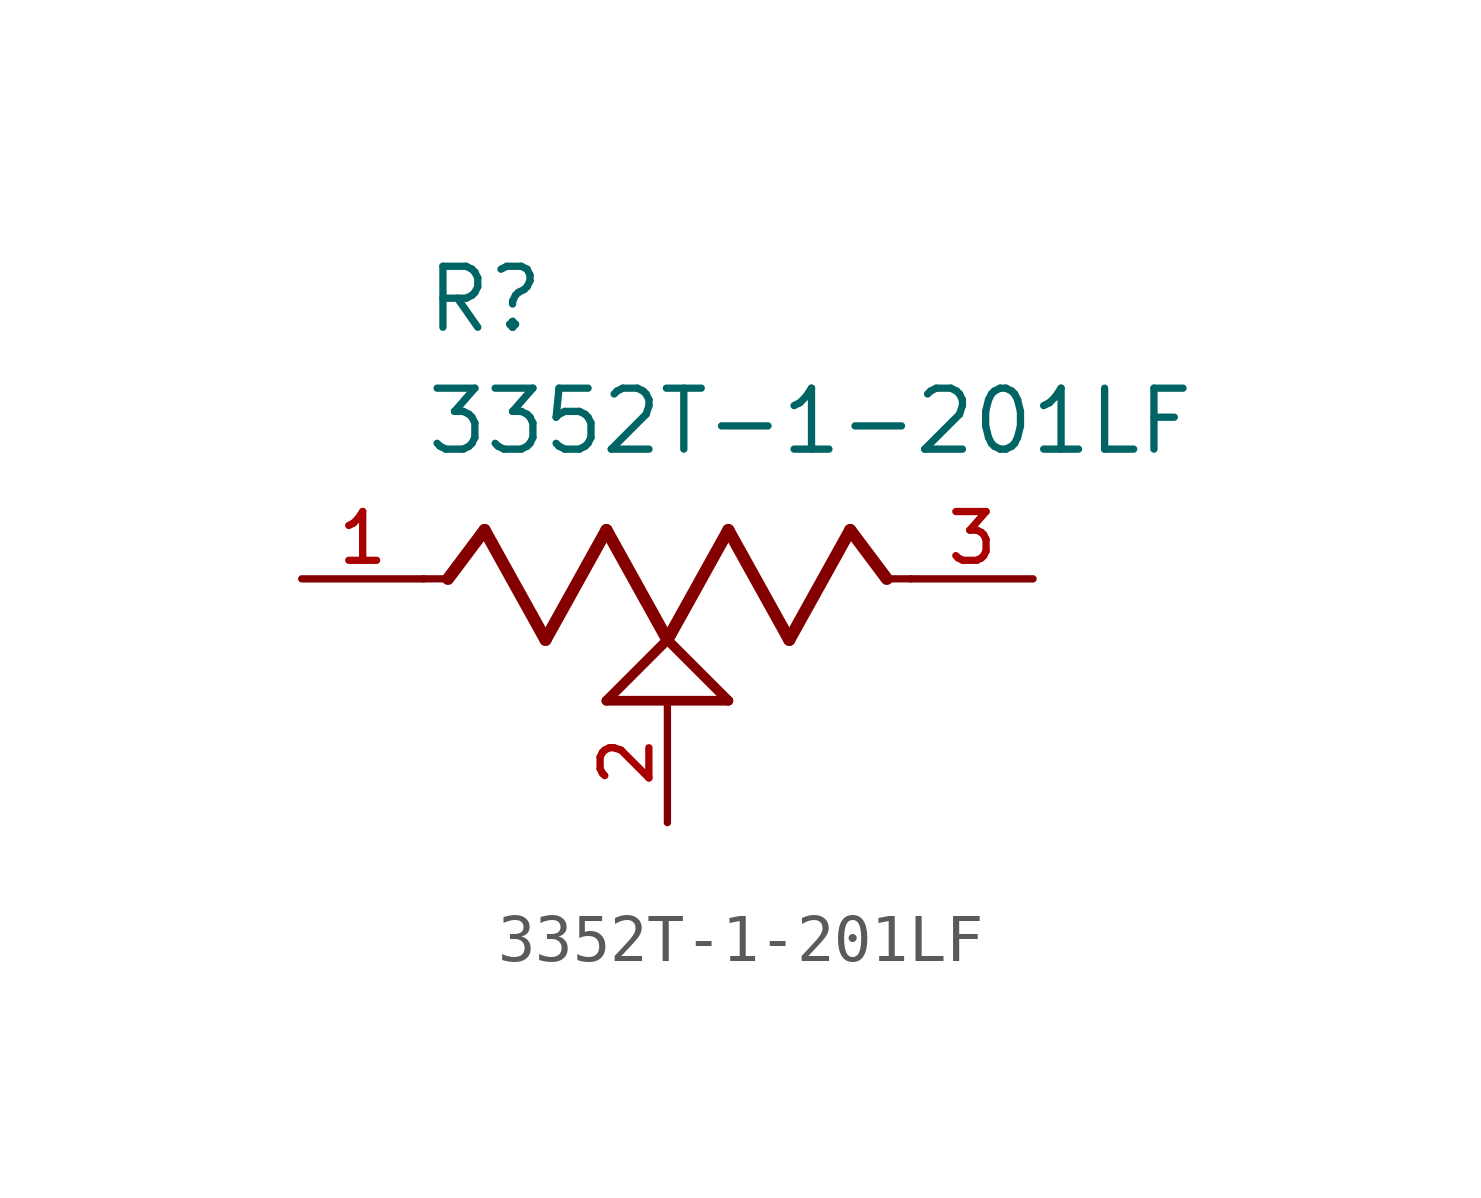
<source format=kicad_sym>
(kicad_symbol_lib
  (version 20211014)
  (generator kicad_symbol_editor)
  (symbol "3352T-1-201LF"
    (pin_names
      (offset 1.016))
    (property "Reference" "R"
      (at -5.08 5.08 0)
      (effects (font (size 1.27 1.27)) (justify bottom left)))
    (property "Value" "3352T-1-201LF"
      (at -5.08 2.54 0)
      (effects (font (size 1.27 1.27)) (justify bottom left)))
    (symbol "3352T-1-201LF_0_0"
      (polyline (pts (xy -5.08 0.0) (xy -4.572 0.0)) (stroke (width 0.152)))
      (polyline (pts (xy -4.572 0.0) (xy -3.81 1.016)) (stroke (width 0.254)))
      (polyline (pts (xy -3.81 1.016) (xy -2.54 -1.27)) (stroke (width 0.254)))
      (polyline (pts (xy -2.54 -1.27) (xy -1.27 1.016)) (stroke (width 0.254)))
      (polyline (pts (xy -1.27 1.016) (xy 0.0 -1.27)) (stroke (width 0.254)))
      (polyline (pts (xy 0.0 -1.27) (xy 1.27 1.016)) (stroke (width 0.254)))
      (polyline (pts (xy 1.27 1.016) (xy 2.54 -1.27)) (stroke (width 0.254)))
      (polyline (pts (xy 2.54 -1.27) (xy 3.81 1.016)) (stroke (width 0.254)))
      (polyline (pts (xy 3.81 1.016) (xy 4.572 0.0)) (stroke (width 0.254)))
      (polyline (pts (xy 4.572 0.0) (xy 5.08 0.0)) (stroke (width 0.152)))
      (polyline (pts (xy 0.0 -1.27) (xy 1.27 -2.54)) (stroke (width 0.203)))
      (polyline (pts (xy -1.27 -2.54) (xy 0.0 -1.27)) (stroke (width 0.203)))
      (polyline (pts (xy 1.27 -2.54) (xy -1.27 -2.54)) (stroke (width 0.203)))
      (pin passive line (at -7.62 0.0 0) (length 2.54) (name "~" (effects (font (size 1.016 1.016)))) (number "1" (effects (font (size 1.016 1.016)))))
      (pin passive line (at 7.62 0.0 180.0) (length 2.54) (name "~" (effects (font (size 1.016 1.016)))) (number "3" (effects (font (size 1.016 1.016)))))
      (pin passive line (at 0.0 -5.08 90.0) (length 2.54) (name "~" (effects (font (size 1.016 1.016)))) (number "2" (effects (font (size 1.016 1.016))))))))
</source>
